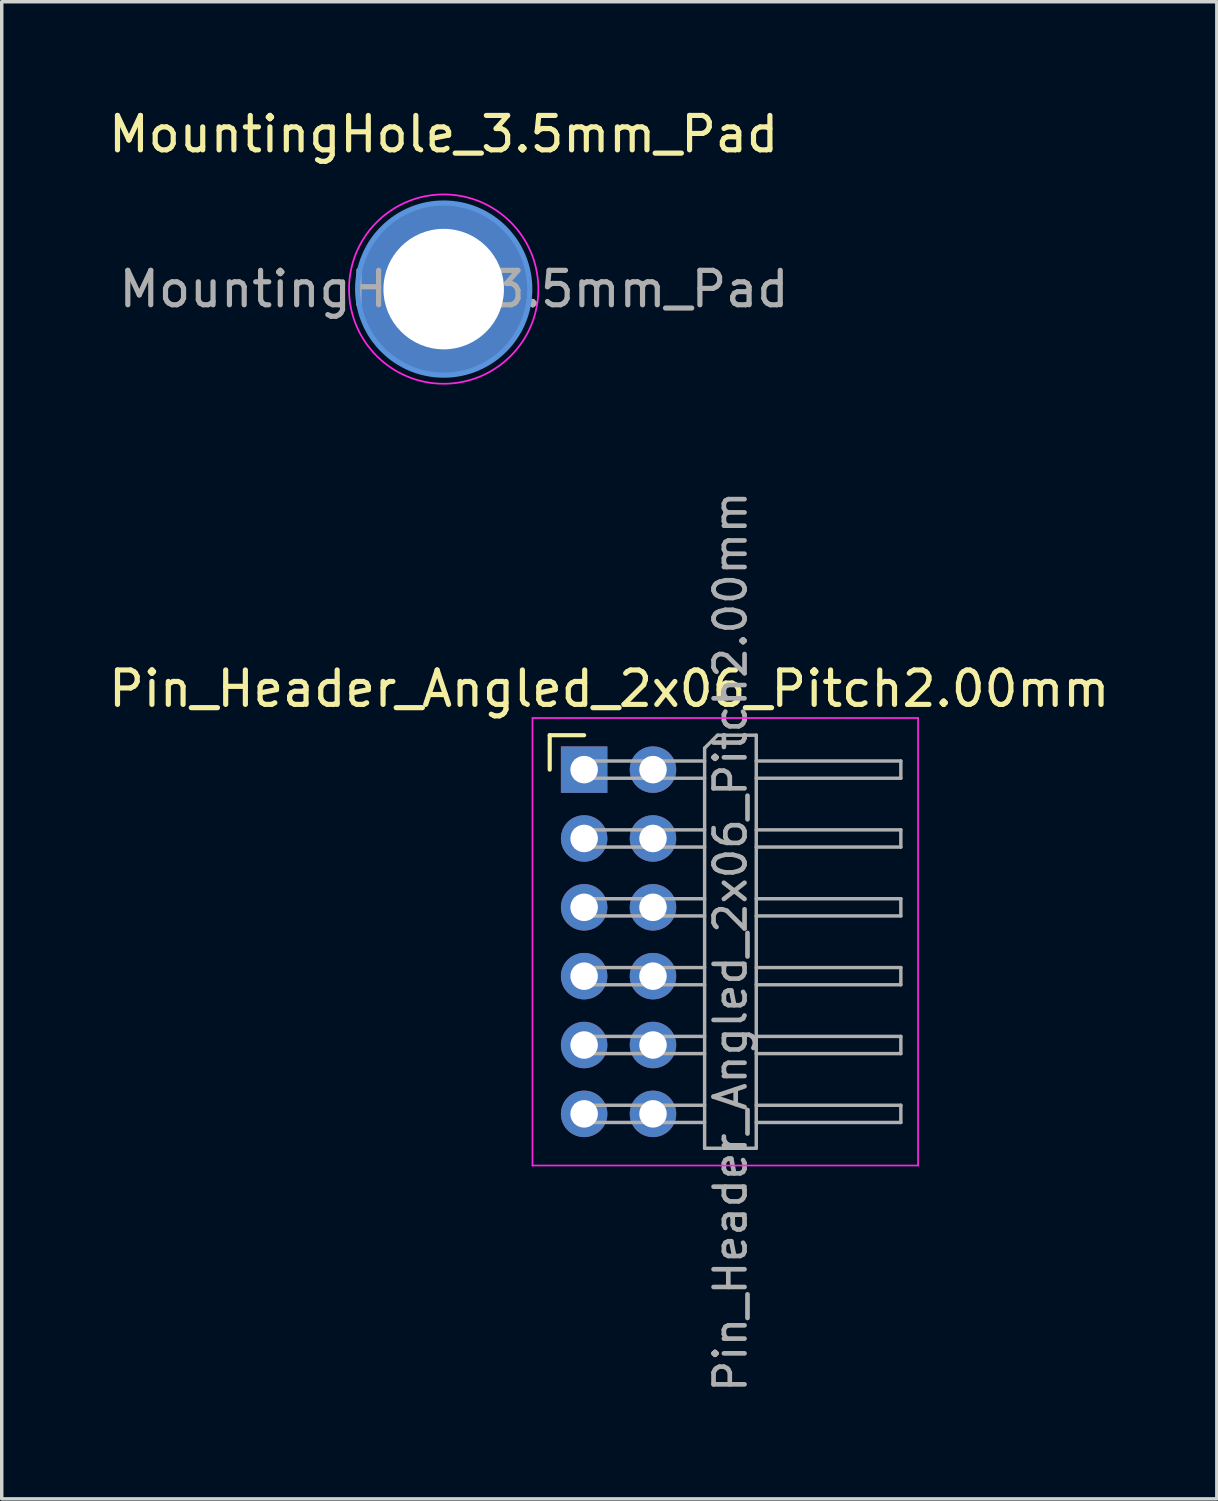
<source format=kicad_pcb>
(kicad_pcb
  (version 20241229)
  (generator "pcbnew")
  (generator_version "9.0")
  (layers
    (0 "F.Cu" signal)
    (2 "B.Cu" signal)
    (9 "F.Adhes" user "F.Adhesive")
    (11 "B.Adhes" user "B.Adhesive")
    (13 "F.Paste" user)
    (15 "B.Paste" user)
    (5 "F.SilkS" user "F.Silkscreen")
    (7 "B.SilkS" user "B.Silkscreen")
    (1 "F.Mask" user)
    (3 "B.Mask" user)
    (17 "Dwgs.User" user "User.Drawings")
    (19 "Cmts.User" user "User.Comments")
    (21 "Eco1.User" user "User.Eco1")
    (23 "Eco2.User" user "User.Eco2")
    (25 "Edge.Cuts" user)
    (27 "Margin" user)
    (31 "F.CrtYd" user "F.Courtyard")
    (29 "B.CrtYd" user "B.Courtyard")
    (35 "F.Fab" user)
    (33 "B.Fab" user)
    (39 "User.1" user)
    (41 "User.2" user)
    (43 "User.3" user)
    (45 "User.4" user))
  (footprint "MountingHole_3.5mm_Pad"
    (layer "F.Cu")
    (at 9.839 5.348)
    (property "Reference" "MountingHole_3.5mm_Pad" (at 0 -4.5 0) (layer "F.SilkS") (effects (font (size 1 1) (thickness 0.15))))
    (attr exclude_from_pos_files exclude_from_bom)
    (fp_circle (center 0 0) (end 2.5 0) (stroke (width 0.15) (type solid)) (fill no) (layer "Cmts.User"))
    (fp_circle (center 0 0) (end 2.75 0) (stroke (width 0.05) (type solid)) (fill no) (layer "F.CrtYd"))
    (fp_text user "${REFERENCE}" (at 0.3 0 0) (layer "F.Fab") (effects (font (size 1 1) (thickness 0.15))))
    (pad "1" thru_hole circle (at 0 0) (size 5 5) (drill 3.5) (layers "*.Cu" "*.Mask")))
  (footprint "Pin_Header_Angled_2x06_Pitch2.00mm"
    (layer "F.Cu")
    (at 13.919 19.307)
    (property "Reference" "Pin_Header_Angled_2x06_Pitch2.00mm" (at 0.73 -2.35 0) (layer "F.SilkS") (effects (font (size 1 1) (thickness 0.15))))
    (attr through_hole)
    (fp_line (start -1 -1) (end 0 -1) (stroke (width 0.12) (type solid)) (layer "F.SilkS"))
    (fp_line (start -1 0) (end -1 -1) (stroke (width 0.12) (type solid)) (layer "F.SilkS"))
    (fp_line (start -1.5 -1.5) (end -1.5 11.5) (stroke (width 0.05) (type solid)) (layer "F.CrtYd"))
    (fp_line (start -1.5 11.5) (end 9.7 11.5) (stroke (width 0.05) (type solid)) (layer "F.CrtYd"))
    (fp_line (start 9.7 -1.5) (end -1.5 -1.5) (stroke (width 0.05) (type solid)) (layer "F.CrtYd"))
    (fp_line (start 9.7 11.5) (end 9.7 -1.5) (stroke (width 0.05) (type solid)) (layer "F.CrtYd"))
    (fp_line (start -0.25 -0.25) (end -0.25 0.25) (stroke (width 0.1) (type solid)) (layer "F.Fab"))
    (fp_line (start -0.25 -0.25) (end 3.5 -0.25) (stroke (width 0.1) (type solid)) (layer "F.Fab"))
    (fp_line (start -0.25 0.25) (end 3.5 0.25) (stroke (width 0.1) (type solid)) (layer "F.Fab"))
    (fp_line (start -0.25 1.75) (end -0.25 2.25) (stroke (width 0.1) (type solid)) (layer "F.Fab"))
    (fp_line (start -0.25 1.75) (end 3.5 1.75) (stroke (width 0.1) (type solid)) (layer "F.Fab"))
    (fp_line (start -0.25 2.25) (end 3.5 2.25) (stroke (width 0.1) (type solid)) (layer "F.Fab"))
    (fp_line (start -0.25 3.75) (end -0.25 4.25) (stroke (width 0.1) (type solid)) (layer "F.Fab"))
    (fp_line (start -0.25 3.75) (end 3.5 3.75) (stroke (width 0.1) (type solid)) (layer "F.Fab"))
    (fp_line (start -0.25 4.25) (end 3.5 4.25) (stroke (width 0.1) (type solid)) (layer "F.Fab"))
    (fp_line (start -0.25 5.75) (end -0.25 6.25) (stroke (width 0.1) (type solid)) (layer "F.Fab"))
    (fp_line (start -0.25 5.75) (end 3.5 5.75) (stroke (width 0.1) (type solid)) (layer "F.Fab"))
    (fp_line (start -0.25 6.25) (end 3.5 6.25) (stroke (width 0.1) (type solid)) (layer "F.Fab"))
    (fp_line (start -0.25 7.75) (end -0.25 8.25) (stroke (width 0.1) (type solid)) (layer "F.Fab"))
    (fp_line (start -0.25 7.75) (end 3.5 7.75) (stroke (width 0.1) (type solid)) (layer "F.Fab"))
    (fp_line (start -0.25 8.25) (end 3.5 8.25) (stroke (width 0.1) (type solid)) (layer "F.Fab"))
    (fp_line (start -0.25 9.75) (end -0.25 10.25) (stroke (width 0.1) (type solid)) (layer "F.Fab"))
    (fp_line (start -0.25 9.75) (end 3.5 9.75) (stroke (width 0.1) (type solid)) (layer "F.Fab"))
    (fp_line (start -0.25 10.25) (end 3.5 10.25) (stroke (width 0.1) (type solid)) (layer "F.Fab"))
    (fp_line (start 3.5 -0.625) (end 3.875 -1) (stroke (width 0.1) (type solid)) (layer "F.Fab"))
    (fp_line (start 3.5 11) (end 3.5 -0.625) (stroke (width 0.1) (type solid)) (layer "F.Fab"))
    (fp_line (start 3.875 -1) (end 5 -1) (stroke (width 0.1) (type solid)) (layer "F.Fab"))
    (fp_line (start 5 -1) (end 5 11) (stroke (width 0.1) (type solid)) (layer "F.Fab"))
    (fp_line (start 5 -0.25) (end 9.2 -0.25) (stroke (width 0.1) (type solid)) (layer "F.Fab"))
    (fp_line (start 5 0.25) (end 9.2 0.25) (stroke (width 0.1) (type solid)) (layer "F.Fab"))
    (fp_line (start 5 1.75) (end 9.2 1.75) (stroke (width 0.1) (type solid)) (layer "F.Fab"))
    (fp_line (start 5 2.25) (end 9.2 2.25) (stroke (width 0.1) (type solid)) (layer "F.Fab"))
    (fp_line (start 5 3.75) (end 9.2 3.75) (stroke (width 0.1) (type solid)) (layer "F.Fab"))
    (fp_line (start 5 4.25) (end 9.2 4.25) (stroke (width 0.1) (type solid)) (layer "F.Fab"))
    (fp_line (start 5 5.75) (end 9.2 5.75) (stroke (width 0.1) (type solid)) (layer "F.Fab"))
    (fp_line (start 5 6.25) (end 9.2 6.25) (stroke (width 0.1) (type solid)) (layer "F.Fab"))
    (fp_line (start 5 7.75) (end 9.2 7.75) (stroke (width 0.1) (type solid)) (layer "F.Fab"))
    (fp_line (start 5 8.25) (end 9.2 8.25) (stroke (width 0.1) (type solid)) (layer "F.Fab"))
    (fp_line (start 5 9.75) (end 9.2 9.75) (stroke (width 0.1) (type solid)) (layer "F.Fab"))
    (fp_line (start 5 10.25) (end 9.2 10.25) (stroke (width 0.1) (type solid)) (layer "F.Fab"))
    (fp_line (start 5 11) (end 3.5 11) (stroke (width 0.1) (type solid)) (layer "F.Fab"))
    (fp_line (start 9.2 -0.25) (end 9.2 0.25) (stroke (width 0.1) (type solid)) (layer "F.Fab"))
    (fp_line (start 9.2 1.75) (end 9.2 2.25) (stroke (width 0.1) (type solid)) (layer "F.Fab"))
    (fp_line (start 9.2 3.75) (end 9.2 4.25) (stroke (width 0.1) (type solid)) (layer "F.Fab"))
    (fp_line (start 9.2 5.75) (end 9.2 6.25) (stroke (width 0.1) (type solid)) (layer "F.Fab"))
    (fp_line (start 9.2 7.75) (end 9.2 8.25) (stroke (width 0.1) (type solid)) (layer "F.Fab"))
    (fp_line (start 9.2 9.75) (end 9.2 10.25) (stroke (width 0.1) (type solid)) (layer "F.Fab"))
    (fp_text user "${REFERENCE}" (at 4.25 5 90) (layer "F.Fab") (effects (font (size 0.9 0.9) (thickness 0.135))))
    (pad "1" thru_hole rect (at 0 0) (size 1.35 1.35) (drill 0.8) (layers "*.Cu" "*.Mask"))
    (pad "2" thru_hole oval (at 2 0) (size 1.35 1.35) (drill 0.8) (layers "*.Cu" "*.Mask"))
    (pad "3" thru_hole oval (at 0 2) (size 1.35 1.35) (drill 0.8) (layers "*.Cu" "*.Mask"))
    (pad "4" thru_hole oval (at 2 2) (size 1.35 1.35) (drill 0.8) (layers "*.Cu" "*.Mask"))
    (pad "5" thru_hole oval (at 0 4) (size 1.35 1.35) (drill 0.8) (layers "*.Cu" "*.Mask"))
    (pad "6" thru_hole oval (at 2 4) (size 1.35 1.35) (drill 0.8) (layers "*.Cu" "*.Mask"))
    (pad "7" thru_hole oval (at 0 6) (size 1.35 1.35) (drill 0.8) (layers "*.Cu" "*.Mask"))
    (pad "8" thru_hole oval (at 2 6) (size 1.35 1.35) (drill 0.8) (layers "*.Cu" "*.Mask"))
    (pad "9" thru_hole oval (at 0 8) (size 1.35 1.35) (drill 0.8) (layers "*.Cu" "*.Mask"))
    (pad "10" thru_hole oval (at 2 8) (size 1.35 1.35) (drill 0.8) (layers "*.Cu" "*.Mask"))
    (pad "11" thru_hole oval (at 0 10) (size 1.35 1.35) (drill 0.8) (layers "*.Cu" "*.Mask"))
    (pad "12" thru_hole oval (at 2 10) (size 1.35 1.35) (drill 0.8) (layers "*.Cu" "*.Mask")))
  (gr_rect
    (start -3 -3)
    (end 32.298 40.491)
    (stroke (width 0.1) (type default))
    (fill no)
    (layer "Edge.Cuts")))
</source>
